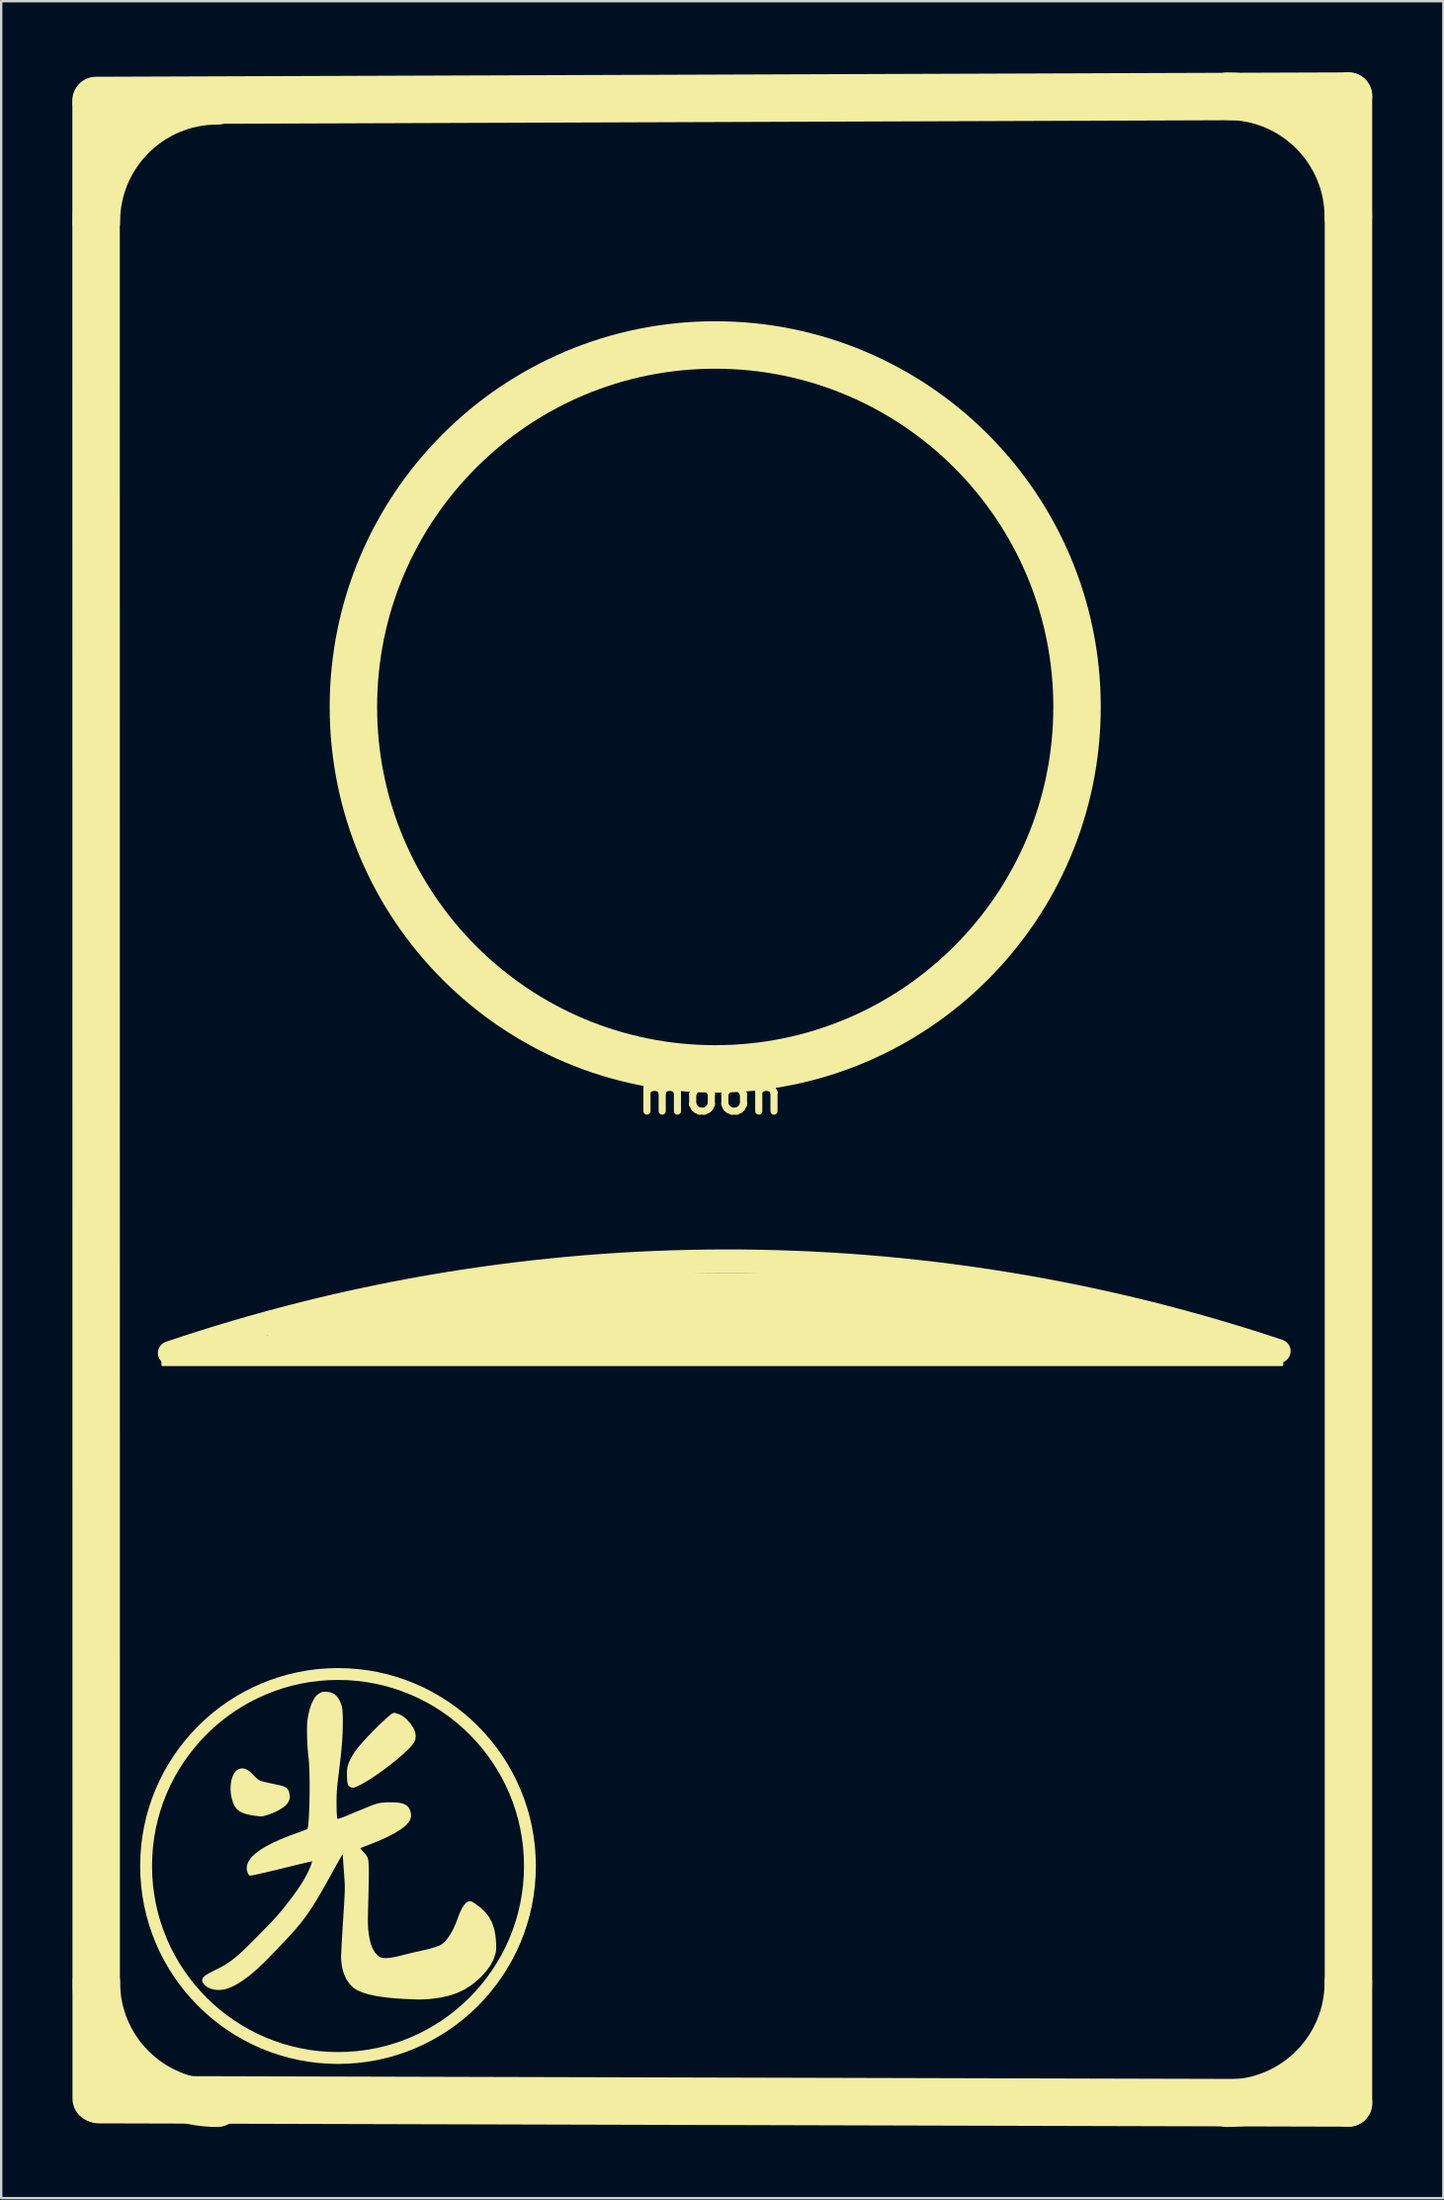
<source format=kicad_pcb>
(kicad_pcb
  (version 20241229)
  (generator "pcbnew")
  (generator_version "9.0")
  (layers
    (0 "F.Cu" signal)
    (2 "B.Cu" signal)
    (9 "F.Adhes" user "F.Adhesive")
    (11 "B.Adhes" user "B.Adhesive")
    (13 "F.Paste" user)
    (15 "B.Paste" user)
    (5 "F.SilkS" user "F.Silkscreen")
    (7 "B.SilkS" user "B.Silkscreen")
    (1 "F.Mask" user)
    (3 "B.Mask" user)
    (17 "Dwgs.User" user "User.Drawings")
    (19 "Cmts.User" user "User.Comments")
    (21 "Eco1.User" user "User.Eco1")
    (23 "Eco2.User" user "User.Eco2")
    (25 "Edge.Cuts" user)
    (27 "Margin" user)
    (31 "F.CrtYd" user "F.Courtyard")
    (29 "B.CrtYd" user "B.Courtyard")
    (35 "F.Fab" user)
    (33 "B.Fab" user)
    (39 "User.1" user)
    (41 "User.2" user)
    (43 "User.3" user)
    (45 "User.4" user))
  (footprint "moon"
    (layer "F.Cu")
    (at 26.906 43.1)
    (property "Reference" "moon" (at 0 0 0) (layer "F.SilkS") (effects (font (size 1.5 1.5) (thickness 0.3))))
    (attr board_only exclude_from_pos_files exclude_from_bom)
    (fp_line (start -25.9 42.3) (end -25.906 -41.783) (stroke (width 2) (type solid)) (layer "F.SilkS"))
    (fp_line (start 26.9 -42.1) (end -25.906 -41.915) (stroke (width 2) (type solid)) (layer "F.SilkS"))
    (fp_line (start 26.9 42.482) (end -25.8 42.342) (stroke (width 2) (type solid)) (layer "F.SilkS"))
    (fp_line (start 26.9 42.482) (end 26.9 -42.1) (stroke (width 2) (type solid)) (layer "F.SilkS"))
    (fp_rect (start -23.1 10.975) (end 24.1 11.375) (stroke (width 0.1) (type solid)) (fill yes) (layer "F.SilkS"))
    (fp_rect (start -21.4 10.175) (end 22.8 11.175) (stroke (width 0.1) (type solid)) (fill yes) (layer "F.SilkS"))
    (fp_rect (start -18.6 9.275) (end 20.1 10.175) (stroke (width 0.1) (type solid)) (fill yes) (layer "F.SilkS"))
    (fp_rect (start -15.9 8.475) (end 16.4 9.275) (stroke (width 0.1) (type solid)) (fill yes) (layer "F.SilkS"))
    (fp_rect (start -11.1 7.775) (end 12.3 8.875) (stroke (width 0.1) (type solid)) (fill yes) (layer "F.SilkS"))
    (fp_rect (start -5.5 7.55) (end 9.4 7.8) (stroke (width 0.1) (type solid)) (fill yes) (layer "F.SilkS"))
    (fp_arc (start -25.893755 -36.8) (mid -24.4 -40.406245) (end -20.793755 -41.9) (stroke (width 2) (type solid)) (layer "F.SilkS"))
    (fp_arc (start -22.8 10.875) (mid 0.573592 7.009585) (end 23.960365 10.794432) (stroke (width 1) (type solid)) (layer "F.SilkS"))
    (fp_arc (start -20.793755 42.493755) (mid -24.4 41) (end -25.893755 37.393755) (stroke (width 2) (type solid)) (layer "F.SilkS"))
    (fp_arc (start 21.793755 -42.093755) (mid 25.4 -40.6) (end 26.893755 -36.993755) (stroke (width 2) (type solid)) (layer "F.SilkS"))
    (fp_arc (start 26.893755 37.393755) (mid 25.4 41) (end 21.793755 42.493755) (stroke (width 2) (type solid)) (layer "F.SilkS"))
    (fp_circle (center -15.704 32.495) (end -15.604 24.404) (stroke (width 0.5) (type solid)) (fill no) (layer "F.SilkS"))
    (fp_circle (center 0.2 -16.355) (end -1.1 -31.555) (stroke (width 2) (type solid)) (fill no) (layer "F.SilkS"))
    (fp_poly (pts (xy -26.24 40.67) (xy -26.189 41.03) (xy -26.101 41.359) (xy -25.978 41.655) (xy -25.821 41.919) (xy -25.628 42.148) (xy -25.403 42.343) (xy -25.144 42.503) (xy -24.852 42.627) (xy -24.846 42.629) (xy -24.702 42.671) (xy -24.527 42.712) (xy -24.339 42.748) (xy -24.157 42.774) (xy -24.057 42.785) (xy -24.06 42.787) (xy -24.109 42.789) (xy -24.197 42.79) (xy -24.322 42.792) (xy -24.479 42.794) (xy -24.664 42.795) (xy -24.871 42.796) (xy -25.099 42.797) (xy -25.113 42.797) (xy -26.267 42.801) (xy -26.264 41.623) (xy -26.263 41.34) (xy -26.261 41.106) (xy -26.259 40.919) (xy -26.256 40.779) (xy -26.253 40.686) (xy -26.249 40.638) (xy -26.245 40.636)) (stroke (width 0) (type solid)) (fill yes) (layer "F.SilkS"))
    (fp_poly (pts (xy -19.666 28.385) (xy -19.533 28.437) (xy -19.397 28.537) (xy -19.286 28.648) (xy -19.189 28.748) (xy -19.094 28.83) (xy -19.014 28.883) (xy -18.943 28.911) (xy -18.832 28.944) (xy -18.689 28.979) (xy -18.523 29.016) (xy -18.467 29.027) (xy -18.282 29.065) (xy -18.138 29.098) (xy -18.029 29.129) (xy -17.949 29.159) (xy -17.891 29.191) (xy -17.848 29.227) (xy -17.821 29.26) (xy -17.782 29.339) (xy -17.752 29.442) (xy -17.736 29.548) (xy -17.738 29.636) (xy -17.74 29.646) (xy -17.779 29.761) (xy -17.84 29.863) (xy -17.93 29.958) (xy -18.053 30.051) (xy -18.216 30.147) (xy -18.309 30.196) (xy -18.454 30.263) (xy -18.604 30.32) (xy -18.748 30.366) (xy -18.875 30.395) (xy -18.974 30.404) (xy -18.991 30.404) (xy -19.044 30.398) (xy -19.104 30.391) (xy -19.356 30.356) (xy -19.564 30.311) (xy -19.734 30.253) (xy -19.87 30.18) (xy -19.978 30.087) (xy -20.063 29.972) (xy -20.129 29.831) (xy -20.171 29.702) (xy -20.217 29.491) (xy -20.236 29.28) (xy -20.23 29.076) (xy -20.201 28.886) (xy -20.15 28.718) (xy -20.078 28.577) (xy -19.987 28.471) (xy -19.922 28.425) (xy -19.795 28.382)) (stroke (width 0) (type solid)) (fill yes) (layer "F.SilkS"))
    (fp_poly (pts (xy -13.292 26.045) (xy -13.285 26.047) (xy -13.113 26.101) (xy -12.945 26.196) (xy -12.809 26.311) (xy -12.644 26.497) (xy -12.525 26.676) (xy -12.452 26.849) (xy -12.426 27.015) (xy -12.447 27.171) (xy -12.479 27.254) (xy -12.54 27.35) (xy -12.638 27.467) (xy -12.769 27.602) (xy -12.927 27.751) (xy -13.107 27.91) (xy -13.305 28.075) (xy -13.516 28.243) (xy -13.735 28.409) (xy -13.958 28.57) (xy -14.179 28.721) (xy -14.394 28.861) (xy -14.598 28.983) (xy -14.786 29.085) (xy -14.816 29.1) (xy -14.932 29.155) (xy -15.016 29.186) (xy -15.081 29.196) (xy -15.136 29.187) (xy -15.172 29.172) (xy -15.236 29.13) (xy -15.281 29.082) (xy -15.299 29.029) (xy -15.313 28.94) (xy -15.323 28.824) (xy -15.328 28.695) (xy -15.327 28.564) (xy -15.322 28.443) (xy -15.311 28.342) (xy -15.307 28.322) (xy -15.265 28.182) (xy -15.195 28.021) (xy -15.103 27.849) (xy -14.995 27.678) (xy -14.942 27.605) (xy -14.851 27.49) (xy -14.731 27.349) (xy -14.59 27.191) (xy -14.434 27.022) (xy -14.271 26.851) (xy -14.107 26.685) (xy -13.951 26.532) (xy -13.84 26.429) (xy -13.703 26.303) (xy -13.596 26.207) (xy -13.513 26.137) (xy -13.451 26.088) (xy -13.403 26.059) (xy -13.364 26.044) (xy -13.329 26.041)) (stroke (width 0) (type solid)) (fill yes) (layer "F.SilkS"))
    (fp_poly (pts (xy 26.267 0) (xy 26.267 42.801) (xy 25.101 42.798) (xy 24.815 42.797) (xy 24.577 42.795) (xy 24.388 42.793) (xy 24.248 42.79) (xy 24.157 42.786) (xy 24.114 42.782) (xy 24.12 42.777) (xy 24.142 42.775) (xy 24.49 42.723) (xy 24.811 42.637) (xy 25.102 42.52) (xy 25.36 42.371) (xy 25.582 42.193) (xy 25.767 41.986) (xy 25.772 41.979) (xy 25.907 41.775) (xy 26.016 41.561) (xy 26.104 41.324) (xy 26.177 41.053) (xy 26.186 41.014) (xy 26.188 41.004) (xy 26.189 40.992) (xy 26.191 40.978) (xy 26.193 40.959) (xy 26.195 40.937) (xy 26.196 40.909) (xy 26.198 40.876) (xy 26.199 40.836) (xy 26.201 40.79) (xy 26.202 40.735) (xy 26.204 40.672) (xy 26.205 40.6) (xy 26.206 40.518) (xy 26.207 40.425) (xy 26.209 40.321) (xy 26.21 40.206) (xy 26.211 40.077) (xy 26.212 39.936) (xy 26.213 39.78) (xy 26.214 39.61) (xy 26.215 39.424) (xy 26.216 39.222) (xy 26.217 39.003) (xy 26.218 38.767) (xy 26.218 38.513) (xy 26.219 38.24) (xy 26.22 37.947) (xy 26.221 37.634) (xy 26.221 37.301) (xy 26.222 36.945) (xy 26.222 36.567) (xy 26.223 36.167) (xy 26.224 35.742) (xy 26.224 35.293) (xy 26.225 34.819) (xy 26.225 34.32) (xy 26.226 33.794) (xy 26.226 33.24) (xy 26.226 32.659) (xy 26.227 32.05) (xy 26.227 31.411) (xy 26.227 30.742) (xy 26.228 30.042) (xy 26.228 29.312) (xy 26.228 28.549) (xy 26.228 27.753) (xy 26.229 26.925) (xy 26.229 26.062) (xy 26.229 25.164) (xy 26.229 24.231) (xy 26.229 23.261) (xy 26.23 22.255) (xy 26.23 21.212) (xy 26.23 20.13) (xy 26.23 19.009) (xy 26.23 17.848) (xy 26.23 16.648) (xy 26.23 15.406) (xy 26.23 14.122) (xy 26.23 12.797) (xy 26.23 11.428) (xy 26.23 10.015) (xy 26.23 8.558) (xy 26.23 7.056) (xy 26.23 5.507) (xy 26.23 3.913) (xy 26.23 2.271) (xy 26.23 0.581) (xy 26.23 0) (xy 26.23 -40.811) (xy 26.178 -41.043) (xy 26.085 -41.373) (xy 25.962 -41.666) (xy 25.807 -41.923) (xy 25.619 -42.145) (xy 25.396 -42.334) (xy 25.136 -42.492) (xy 24.839 -42.62) (xy 24.535 -42.711) (xy 24.325 -42.764) (xy 0.134 -42.771) (xy -1.304 -42.772) (xy -2.694 -42.772) (xy -4.036 -42.772) (xy -5.33 -42.773) (xy -6.578 -42.773) (xy -7.778 -42.773) (xy -8.933 -42.773) (xy -10.041 -42.773) (xy -11.105 -42.773) (xy -12.123 -42.773) (xy -13.097 -42.773) (xy -14.027 -42.773) (xy -14.913 -42.773) (xy -15.756 -42.772) (xy -16.556 -42.772) (xy -17.314 -42.771) (xy -18.03 -42.771) (xy -18.705 -42.771) (xy -19.339 -42.77) (xy -19.932 -42.769) (xy -20.485 -42.769) (xy -20.998 -42.768) (xy -21.473 -42.767) (xy -21.908 -42.766) (xy -22.305 -42.765) (xy -22.664 -42.764) (xy -22.986 -42.763) (xy -23.27 -42.762) (xy -23.518 -42.761) (xy -23.73 -42.76) (xy -23.906 -42.758) (xy -24.046 -42.757) (xy -24.152 -42.756) (xy -24.223 -42.754) (xy -24.26 -42.753) (xy -24.264 -42.752) (xy -24.572 -42.698) (xy -24.856 -42.614) (xy -25.107 -42.508) (xy -25.35 -42.372) (xy -25.554 -42.218) (xy -25.726 -42.041) (xy -25.775 -41.978) (xy -25.906 -41.783) (xy -26.014 -41.576) (xy -26.1 -41.35) (xy -26.168 -41.098) (xy -26.218 -40.812) (xy -26.251 -40.53) (xy -26.253 -40.536) (xy -26.255 -40.587) (xy -26.256 -40.679) (xy -26.258 -40.806) (xy -26.259 -40.965) (xy -26.261 -41.152) (xy -26.262 -41.362) (xy -26.263 -41.591) (xy -26.263 -41.623) (xy -26.267 -42.801) (xy 0 -42.801) (xy 26.267 -42.801)) (stroke (width 0) (type solid)) (fill yes) (layer "F.SilkS"))
    (fp_poly (pts (xy -16.216 25.15) (xy -16.038 25.171) (xy -15.891 25.229) (xy -15.768 25.327) (xy -15.666 25.468) (xy -15.653 25.493) (xy -15.606 25.588) (xy -15.569 25.678) (xy -15.542 25.771) (xy -15.523 25.877) (xy -15.511 26.003) (xy -15.504 26.159) (xy -15.502 26.351) (xy -15.502 26.437) (xy -15.504 26.672) (xy -15.512 26.909) (xy -15.525 27.157) (xy -15.545 27.421) (xy -15.572 27.709) (xy -15.606 28.026) (xy -15.648 28.38) (xy -15.684 28.673) (xy -15.702 28.82) (xy -15.721 28.99) (xy -15.739 29.159) (xy -15.748 29.259) (xy -15.756 29.378) (xy -15.762 29.518) (xy -15.765 29.674) (xy -15.766 29.835) (xy -15.765 29.996) (xy -15.762 30.148) (xy -15.756 30.282) (xy -15.749 30.392) (xy -15.74 30.469) (xy -15.73 30.506) (xy -15.729 30.507) (xy -15.7 30.507) (xy -15.63 30.487) (xy -15.518 30.448) (xy -15.365 30.388) (xy -15.17 30.307) (xy -14.935 30.209) (xy -14.74 30.128) (xy -14.581 30.062) (xy -14.452 30.009) (xy -14.348 29.967) (xy -14.265 29.935) (xy -14.198 29.911) (xy -14.141 29.892) (xy -14.09 29.876) (xy -14.041 29.863) (xy -14.012 29.855) (xy -13.907 29.833) (xy -13.794 29.819) (xy -13.657 29.812) (xy -13.487 29.81) (xy -13.282 29.815) (xy -13.118 29.831) (xy -12.988 29.858) (xy -12.883 29.9) (xy -12.796 29.956) (xy -12.778 29.971) (xy -12.704 30.064) (xy -12.651 30.187) (xy -12.625 30.324) (xy -12.626 30.426) (xy -12.665 30.554) (xy -12.752 30.686) (xy -12.888 30.822) (xy -13.072 30.962) (xy -13.305 31.105) (xy -13.586 31.253) (xy -13.916 31.404) (xy -14.294 31.56) (xy -14.415 31.606) (xy -14.535 31.652) (xy -14.638 31.691) (xy -14.715 31.722) (xy -14.76 31.74) (xy -14.767 31.743) (xy -14.756 31.763) (xy -14.719 31.808) (xy -14.664 31.87) (xy -14.656 31.878) (xy -14.569 31.973) (xy -14.507 32.052) (xy -14.464 32.126) (xy -14.437 32.208) (xy -14.421 32.308) (xy -14.412 32.438) (xy -14.408 32.54) (xy -14.406 32.642) (xy -14.405 32.785) (xy -14.406 32.962) (xy -14.409 33.165) (xy -14.413 33.386) (xy -14.418 33.618) (xy -14.424 33.854) (xy -14.426 33.912) (xy -14.434 34.188) (xy -14.44 34.421) (xy -14.443 34.616) (xy -14.444 34.778) (xy -14.443 34.913) (xy -14.44 35.027) (xy -14.435 35.124) (xy -14.428 35.21) (xy -14.427 35.219) (xy -14.384 35.516) (xy -14.323 35.77) (xy -14.242 35.98) (xy -14.143 36.147) (xy -14.023 36.274) (xy -13.93 36.337) (xy -13.824 36.37) (xy -13.677 36.379) (xy -13.489 36.362) (xy -13.259 36.32) (xy -13.047 36.269) (xy -12.882 36.226) (xy -12.702 36.182) (xy -12.525 36.14) (xy -12.371 36.105) (xy -12.335 36.098) (xy -12.059 36.036) (xy -11.82 35.975) (xy -11.622 35.917) (xy -11.467 35.863) (xy -11.357 35.812) (xy -11.33 35.795) (xy -11.205 35.689) (xy -11.079 35.54) (xy -10.955 35.354) (xy -10.838 35.137) (xy -10.73 34.894) (xy -10.664 34.718) (xy -10.573 34.477) (xy -10.482 34.285) (xy -10.391 34.14) (xy -10.3 34.041) (xy -10.207 33.989) (xy -10.177 33.982) (xy -10.129 33.979) (xy -10.081 33.99) (xy -10.021 34.019) (xy -9.938 34.071) (xy -9.908 34.091) (xy -9.674 34.266) (xy -9.482 34.453) (xy -9.327 34.656) (xy -9.209 34.881) (xy -9.123 35.133) (xy -9.067 35.418) (xy -9.039 35.719) (xy -9.034 35.871) (xy -9.036 35.989) (xy -9.046 36.089) (xy -9.064 36.183) (xy -9.148 36.435) (xy -9.28 36.686) (xy -9.458 36.933) (xy -9.681 37.176) (xy -9.949 37.412) (xy -10.084 37.516) (xy -10.366 37.697) (xy -10.679 37.845) (xy -11.026 37.962) (xy -11.408 38.046) (xy -11.826 38.099) (xy -11.953 38.109) (xy -12.072 38.116) (xy -12.192 38.119) (xy -12.321 38.12) (xy -12.47 38.116) (xy -12.646 38.11) (xy -12.86 38.1) (xy -12.913 38.098) (xy -13.357 38.068) (xy -13.756 38.026) (xy -14.11 37.972) (xy -14.417 37.905) (xy -14.678 37.825) (xy -14.889 37.735) (xy -15.069 37.617) (xy -15.224 37.458) (xy -15.354 37.265) (xy -15.456 37.04) (xy -15.528 36.789) (xy -15.567 36.514) (xy -15.575 36.322) (xy -15.573 36.252) (xy -15.569 36.139) (xy -15.561 35.988) (xy -15.552 35.805) (xy -15.54 35.596) (xy -15.527 35.365) (xy -15.512 35.12) (xy -15.496 34.864) (xy -15.489 34.762) (xy -15.471 34.474) (xy -15.455 34.229) (xy -15.443 34.022) (xy -15.433 33.849) (xy -15.426 33.703) (xy -15.421 33.58) (xy -15.418 33.474) (xy -15.418 33.38) (xy -15.419 33.292) (xy -15.423 33.207) (xy -15.428 33.117) (xy -15.435 33.019) (xy -15.439 32.955) (xy -15.451 32.786) (xy -15.464 32.615) (xy -15.475 32.455) (xy -15.485 32.32) (xy -15.491 32.23) (xy -15.508 31.99) (xy -15.605 32.157) (xy -15.643 32.223) (xy -15.699 32.324) (xy -15.772 32.453) (xy -15.855 32.603) (xy -15.945 32.765) (xy -16.038 32.934) (xy -16.045 32.947) (xy -16.243 33.302) (xy -16.423 33.617) (xy -16.589 33.898) (xy -16.745 34.15) (xy -16.894 34.378) (xy -17.038 34.586) (xy -17.182 34.78) (xy -17.329 34.965) (xy -17.481 35.145) (xy -17.495 35.161) (xy -17.609 35.289) (xy -17.745 35.439) (xy -17.899 35.605) (xy -18.064 35.781) (xy -18.236 35.961) (xy -18.408 36.14) (xy -18.575 36.312) (xy -18.732 36.471) (xy -18.873 36.612) (xy -18.993 36.728) (xy -19.086 36.816) (xy -19.097 36.825) (xy -19.398 37.081) (xy -19.679 37.293) (xy -19.94 37.463) (xy -20.182 37.589) (xy -20.405 37.673) (xy -20.506 37.699) (xy -20.699 37.722) (xy -20.886 37.712) (xy -21.058 37.672) (xy -21.209 37.604) (xy -21.329 37.51) (xy -21.389 37.432) (xy -21.425 37.358) (xy -21.433 37.289) (xy -21.412 37.224) (xy -21.357 37.158) (xy -21.266 37.087) (xy -21.135 37.009) (xy -20.962 36.919) (xy -20.915 36.896) (xy -20.745 36.811) (xy -20.59 36.729) (xy -20.447 36.646) (xy -20.31 36.557) (xy -20.174 36.46) (xy -20.034 36.35) (xy -19.887 36.224) (xy -19.725 36.077) (xy -19.546 35.906) (xy -19.344 35.706) (xy -19.113 35.475) (xy -19.103 35.465) (xy -18.892 35.25) (xy -18.71 35.063) (xy -18.552 34.899) (xy -18.414 34.751) (xy -18.29 34.614) (xy -18.175 34.482) (xy -18.063 34.348) (xy -17.949 34.208) (xy -17.829 34.054) (xy -17.759 33.964) (xy -17.566 33.709) (xy -17.402 33.481) (xy -17.263 33.271) (xy -17.141 33.072) (xy -17.033 32.875) (xy -17.032 32.874) (xy -16.97 32.749) (xy -16.912 32.624) (xy -16.863 32.51) (xy -16.825 32.412) (xy -16.803 32.341) (xy -16.798 32.303) (xy -16.8 32.3) (xy -16.825 32.304) (xy -16.893 32.318) (xy -17 32.342) (xy -17.14 32.375) (xy -17.311 32.415) (xy -17.506 32.462) (xy -17.722 32.514) (xy -17.955 32.571) (xy -18.048 32.594) (xy -18.288 32.653) (xy -18.517 32.708) (xy -18.729 32.758) (xy -18.918 32.802) (xy -19.082 32.839) (xy -19.214 32.869) (xy -19.309 32.888) (xy -19.364 32.898) (xy -19.373 32.898) (xy -19.429 32.894) (xy -19.465 32.872) (xy -19.496 32.82) (xy -19.508 32.795) (xy -19.552 32.642) (xy -19.547 32.488) (xy -19.494 32.332) (xy -19.393 32.174) (xy -19.329 32.101) (xy -19.176 31.958) (xy -15.502 31.958) (xy -15.489 31.97) (xy -15.477 31.958) (xy -15.489 31.946) (xy -15.502 31.958) (xy -19.176 31.958) (xy -19.173 31.956) (xy -18.978 31.811) (xy -18.742 31.667) (xy -18.464 31.523) (xy -18.142 31.377) (xy -17.774 31.228) (xy -17.431 31.102) (xy -17.298 31.055) (xy -17.18 31.012) (xy -17.086 30.976) (xy -17.023 30.951) (xy -17.001 30.94) (xy -16.984 30.903) (xy -16.968 30.823) (xy -16.954 30.704) (xy -16.941 30.551) (xy -16.93 30.37) (xy -16.921 30.166) (xy -16.913 29.944) (xy -16.907 29.709) (xy -16.904 29.466) (xy -16.902 29.221) (xy -16.903 28.977) (xy -16.905 28.741) (xy -16.911 28.518) (xy -16.918 28.313) (xy -16.928 28.13) (xy -16.941 27.976) (xy -16.95 27.892) (xy -16.971 27.704) (xy -16.988 27.492) (xy -17.001 27.266) (xy -17.009 27.037) (xy -17.012 26.817) (xy -17.01 26.614) (xy -17.002 26.442) (xy -16.992 26.338) (xy -16.946 26.07) (xy -16.88 25.822) (xy -16.797 25.603) (xy -16.698 25.419) (xy -16.654 25.357) (xy -16.595 25.295) (xy -16.516 25.233) (xy -16.484 25.212) (xy -16.407 25.174) (xy -16.333 25.155) (xy -16.236 25.15)) (stroke (width 0) (type solid)) (fill yes) (layer "F.SilkS")))
  (gr_rect
    (start -3 -3)
    (end 57.806 89.594)
    (stroke (width 0.1) (type default))
    (fill no)
    (layer "Edge.Cuts")))
</source>
